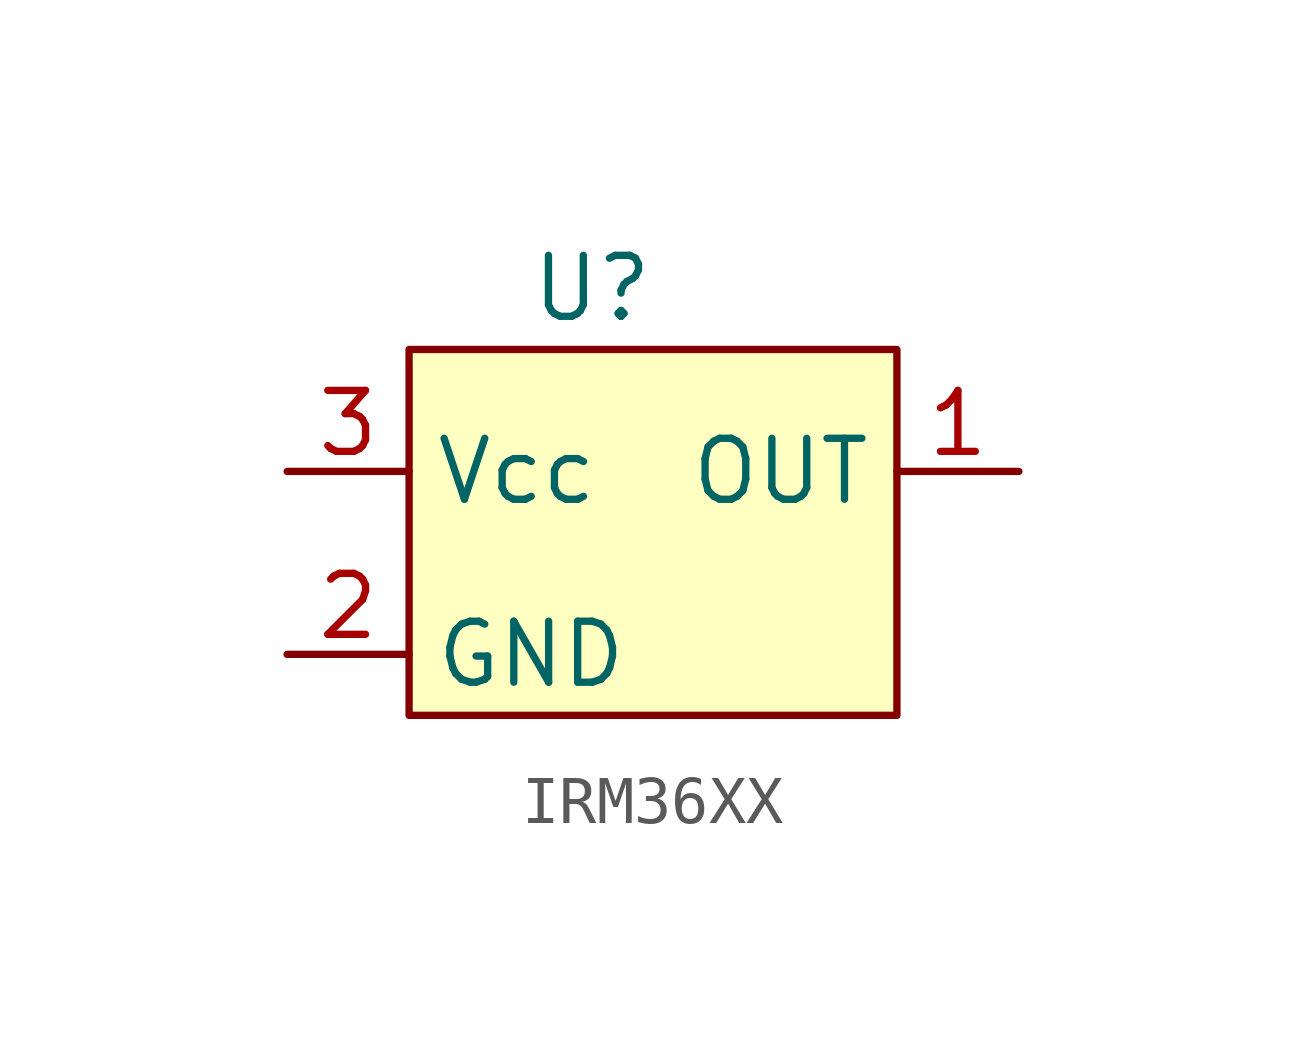
<source format=kicad_sym>
(kicad_symbol_lib
  (version 20220914)
  (generator kicad_symbol_editor)
  (symbol "IRM36XX"
    (property "Reference" "U"
      (at -1.27 3.81 0)
      (effects (font (size 1.27 1.27))))
    (property "Value" ""
      (at 0 0 0)
      (effects (font (size 1.27 1.27))))
    (symbol "IRM36XX_1_1"
      (rectangle (start -5.08 2.54) (end 5.08 -5.08) (stroke (width 0) (type default)) (fill (type background)))
      (pin output line (at 7.62 0 180) (length 2.54) (name "OUT" (effects (font (size 1.27 1.27)))) (number "1" (effects (font (size 1.27 1.27)))))
      (pin power_in line (at -7.62 -3.81 0) (length 2.54) (name "GND" (effects (font (size 1.27 1.27)))) (number "2" (effects (font (size 1.27 1.27)))))
      (pin power_in line (at -7.62 0 0) (length 2.54) (name "Vcc" (effects (font (size 1.27 1.27)))) (number "3" (effects (font (size 1.27 1.27))))))))
</source>
